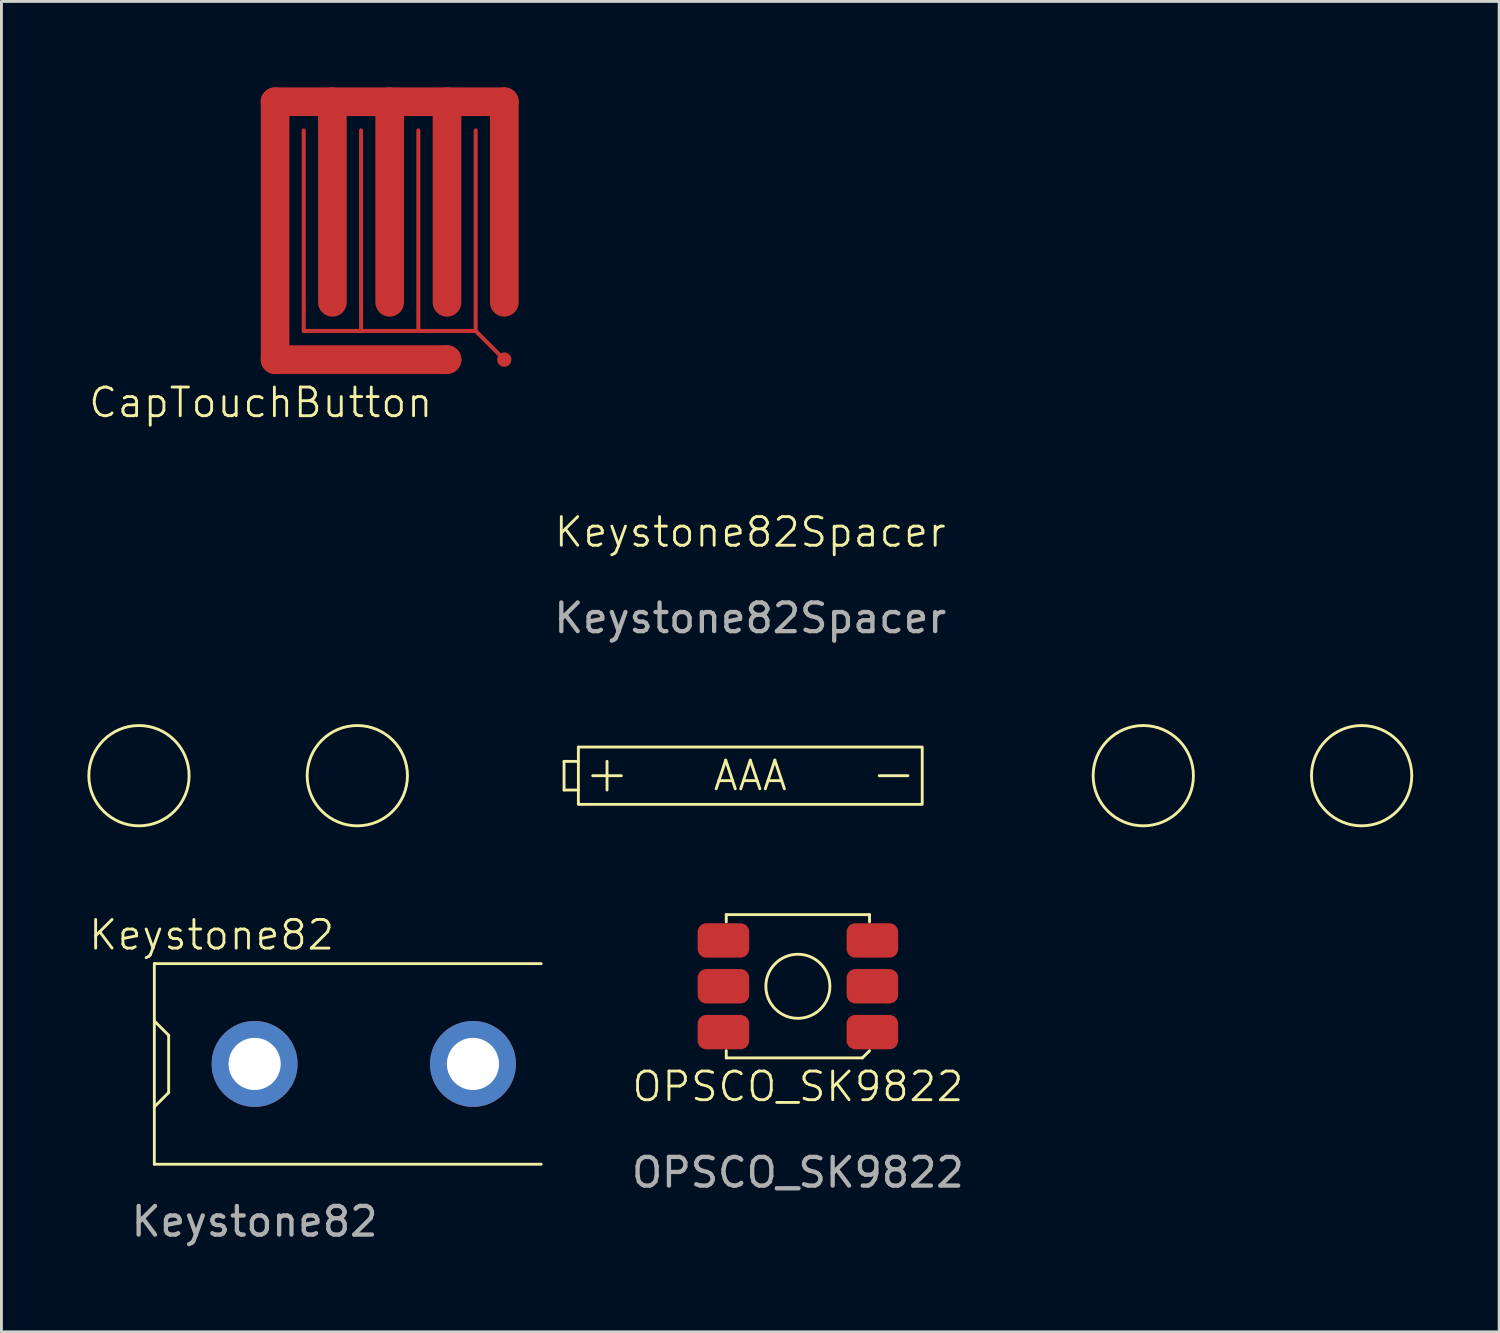
<source format=kicad_pcb>
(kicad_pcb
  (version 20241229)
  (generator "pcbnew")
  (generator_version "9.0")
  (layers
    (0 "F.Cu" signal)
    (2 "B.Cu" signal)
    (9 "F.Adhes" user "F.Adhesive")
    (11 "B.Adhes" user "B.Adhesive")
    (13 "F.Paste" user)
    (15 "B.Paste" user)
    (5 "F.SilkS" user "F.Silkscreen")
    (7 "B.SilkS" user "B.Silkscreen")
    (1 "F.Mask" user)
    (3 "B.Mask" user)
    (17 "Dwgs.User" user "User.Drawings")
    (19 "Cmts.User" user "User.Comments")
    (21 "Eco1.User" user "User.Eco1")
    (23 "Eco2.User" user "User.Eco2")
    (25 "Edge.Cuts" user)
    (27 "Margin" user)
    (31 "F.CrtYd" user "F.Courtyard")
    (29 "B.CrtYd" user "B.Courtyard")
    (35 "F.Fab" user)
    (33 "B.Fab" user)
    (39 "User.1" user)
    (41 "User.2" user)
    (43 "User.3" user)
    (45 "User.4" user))
  (footprint "Keystone82Spacer"
    (layer "F.Cu")
    (at 23.135 24.021)
    (property "Reference" "Keystone82Spacer" (at 0 -8.5 0) (unlocked yes) (layer "F.SilkS") (effects (font (size 1 1) (thickness 0.1))))
    (attr smd)
    (fp_line (start -6.5 -0.5) (end -6.5 0.5) (stroke (width 0.1) (type default)) (layer "F.SilkS"))
    (fp_line (start -6.5 0.5) (end -6 0.5) (stroke (width 0.1) (type default)) (layer "F.SilkS"))
    (fp_line (start -6 -0.5) (end -6.5 -0.5) (stroke (width 0.1) (type default)) (layer "F.SilkS"))
    (fp_line (start -5.5 0) (end -4.5 0) (stroke (width 0.1) (type default)) (layer "F.SilkS"))
    (fp_line (start -5 -0.5) (end -5 0.5) (stroke (width 0.1) (type default)) (layer "F.SilkS"))
    (fp_line (start 4.5 0) (end 5.5 0) (stroke (width 0.1) (type default)) (layer "F.SilkS"))
    (fp_rect (start -6 -1) (end 6 1) (stroke (width 0.1) (type default)) (fill no) (layer "F.SilkS"))
    (fp_circle (center -21.335 0) (end -19.585 0) (stroke (width 0.1) (type default)) (fill no) (layer "F.SilkS"))
    (fp_circle (center -13.715 0) (end -11.965 0) (stroke (width 0.1) (type default)) (fill no) (layer "F.SilkS"))
    (fp_circle (center 13.715 0) (end 15.465 0) (stroke (width 0.1) (type default)) (fill no) (layer "F.SilkS"))
    (fp_circle (center 21.335 0) (end 23.085 0) (stroke (width 0.1) (type default)) (fill no) (layer "F.SilkS"))
    (fp_text user "AAA" (at 0 0 0) (unlocked yes) (layer "F.SilkS") (effects (font (size 1 1) (thickness 0.1))))
    (fp_text user "${REFERENCE}" (at 0 -5.5 0) (unlocked yes) (layer "F.Fab") (effects (font (size 1 1) (thickness 0.15)))))
  (footprint "CapTouchButton"
    (layer "F.Cu")
    (at 6.05 10)
    (property "Reference" "CapTouchButton" (at 0 1 0) (unlocked yes) (layer "F.SilkS") (effects (font (size 1 1) (thickness 0.1))))
    (attr smd)
    (fp_line (start 0.5 -9.5) (end 0.5 -0.5) (stroke (width 1) (type default)) (layer "F.Cu"))
    (fp_line (start 0.5 -9.5) (end 8.5 -9.5) (stroke (width 1) (type default)) (layer "F.Cu"))
    (fp_line (start 1.5 -1.5) (end 1.5 -8.5) (stroke (width 0.14) (type default)) (layer "F.Cu"))
    (fp_line (start 2.5 -9.5) (end 2.5 -2.5) (stroke (width 1) (type default)) (layer "F.Cu"))
    (fp_line (start 3.5 -8.5) (end 3.5 -1.5) (stroke (width 0.14) (type default)) (layer "F.Cu"))
    (fp_line (start 4.5 -9.5) (end 4.5 -2.5) (stroke (width 1) (type default)) (layer "F.Cu"))
    (fp_line (start 5.5 -8.5) (end 5.5 -1.5) (stroke (width 0.14) (type default)) (layer "F.Cu"))
    (fp_line (start 6.5 -9.5) (end 6.5 -2.5) (stroke (width 1) (type default)) (layer "F.Cu"))
    (fp_line (start 6.5 -0.5) (end 0.5 -0.5) (stroke (width 1) (type default)) (layer "F.Cu"))
    (fp_line (start 7.5 -8.5) (end 7.5 -1.5) (stroke (width 0.14) (type default)) (layer "F.Cu"))
    (fp_line (start 7.5 -1.5) (end 1.5 -1.5) (stroke (width 0.14) (type default)) (layer "F.Cu"))
    (fp_line (start 7.5 -1.5) (end 8.5 -0.5) (stroke (width 0.14) (type default)) (layer "F.Cu"))
    (fp_line (start 8.5 -9.5) (end 8.5 -2.5) (stroke (width 1) (type default)) (layer "F.Cu"))
    (pad "1" smd circle (at 6.5 -0.5) (size 1 1) (layers "F.Cu" "F.Mask" "F.Paste"))
    (pad "2" smd circle (at 8.5 -0.5) (size 0.5 0.5) (layers "F.Cu" "F.Mask" "F.Paste")))
  (footprint "Keystone82"
    (layer "F.Cu")
    (at 5.836 34.081)
    (property "Reference" "Keystone82" (at -1.5 -4.5 0) (unlocked yes) (layer "F.SilkS") (effects (font (size 1 1) (thickness 0.1))))
    (attr smd)
    (fp_line (start -3.5 -3.5) (end -3.5 3.5) (stroke (width 0.1) (type default)) (layer "F.SilkS"))
    (fp_line (start -3.5 -1.5) (end -3 -1) (stroke (width 0.1) (type default)) (layer "F.SilkS"))
    (fp_line (start -3.5 3.5) (end 10 3.5) (stroke (width 0.1) (type default)) (layer "F.SilkS"))
    (fp_line (start -3 -1) (end -3 1) (stroke (width 0.1) (type default)) (layer "F.SilkS"))
    (fp_line (start -3 1) (end -3.5 1.5) (stroke (width 0.1) (type default)) (layer "F.SilkS"))
    (fp_line (start 10 -3.5) (end -3.5 -3.5) (stroke (width 0.1) (type default)) (layer "F.SilkS"))
    (fp_text user "${REFERENCE}" (at 0 5.5 0) (unlocked yes) (layer "F.Fab") (effects (font (size 1 1) (thickness 0.15))))
    (pad "1" thru_hole circle (at 0 0) (size 3 3) (drill 1.82) (layers "*.Cu" "*.Mask"))
    (pad "2" thru_hole circle (at 7.62 0) (size 3 3) (drill 1.82) (layers "*.Cu" "*.Mask")))
  (footprint "OPSCO_SK9822"
    (layer "F.Cu")
    (at 24.796 31.371)
    (property "Reference" "OPSCO_SK9822" (at 0 3.5 0) (unlocked yes) (layer "F.SilkS") (effects (font (size 1 1) (thickness 0.1))))
    (attr smd)
    (fp_line (start -2.5 -2.5) (end 2.5 -2.5) (stroke (width 0.1) (type default)) (layer "F.SilkS"))
    (fp_line (start -2.5 -2.25) (end -2.5 -2.5) (stroke (width 0.1) (type default)) (layer "F.SilkS"))
    (fp_line (start -2.5 2.25) (end -2.5 2.5) (stroke (width 0.1) (type default)) (layer "F.SilkS"))
    (fp_line (start -2.5 2.5) (end 2.25 2.5) (stroke (width 0.1) (type default)) (layer "F.SilkS"))
    (fp_line (start 2.25 2.5) (end 2.5 2.25) (stroke (width 0.1) (type default)) (layer "F.SilkS"))
    (fp_line (start 2.5 -2.5) (end 2.5 -2.25) (stroke (width 0.1) (type default)) (layer "F.SilkS"))
    (fp_circle (center 0 0) (end 1 0.5) (stroke (width 0.1) (type default)) (fill no) (layer "F.SilkS"))
    (fp_text user "${REFERENCE}" (at 0 6.5 0) (unlocked yes) (layer "F.Fab") (effects (font (size 1 1) (thickness 0.15))))
    (pad "1" smd roundrect (at 2.6 1.6) (size 1.8 1.2) (layers "F.Cu" "F.Mask" "F.Paste") (roundrect_rratio 0.25))
    (pad "2" smd roundrect (at 2.6 0) (size 1.8 1.2) (layers "F.Cu" "F.Mask" "F.Paste") (roundrect_rratio 0.25))
    (pad "3" smd roundrect (at 2.6 -1.6) (size 1.8 1.2) (layers "F.Cu" "F.Mask" "F.Paste") (roundrect_rratio 0.25))
    (pad "4" smd roundrect (at -2.6 -1.6) (size 1.8 1.2) (layers "F.Cu" "F.Mask" "F.Paste") (roundrect_rratio 0.25))
    (pad "5" smd roundrect (at -2.6 0) (size 1.8 1.2) (layers "F.Cu" "F.Mask" "F.Paste") (roundrect_rratio 0.25))
    (pad "6" smd roundrect (at -2.6 1.6) (size 1.8 1.2) (layers "F.Cu" "F.Mask" "F.Paste") (roundrect_rratio 0.25)))
  (gr_rect
    (start -3 -3)
    (end 49.27 43.43)
    (stroke (width 0.1) (type default))
    (fill no)
    (layer "Edge.Cuts")))
</source>
